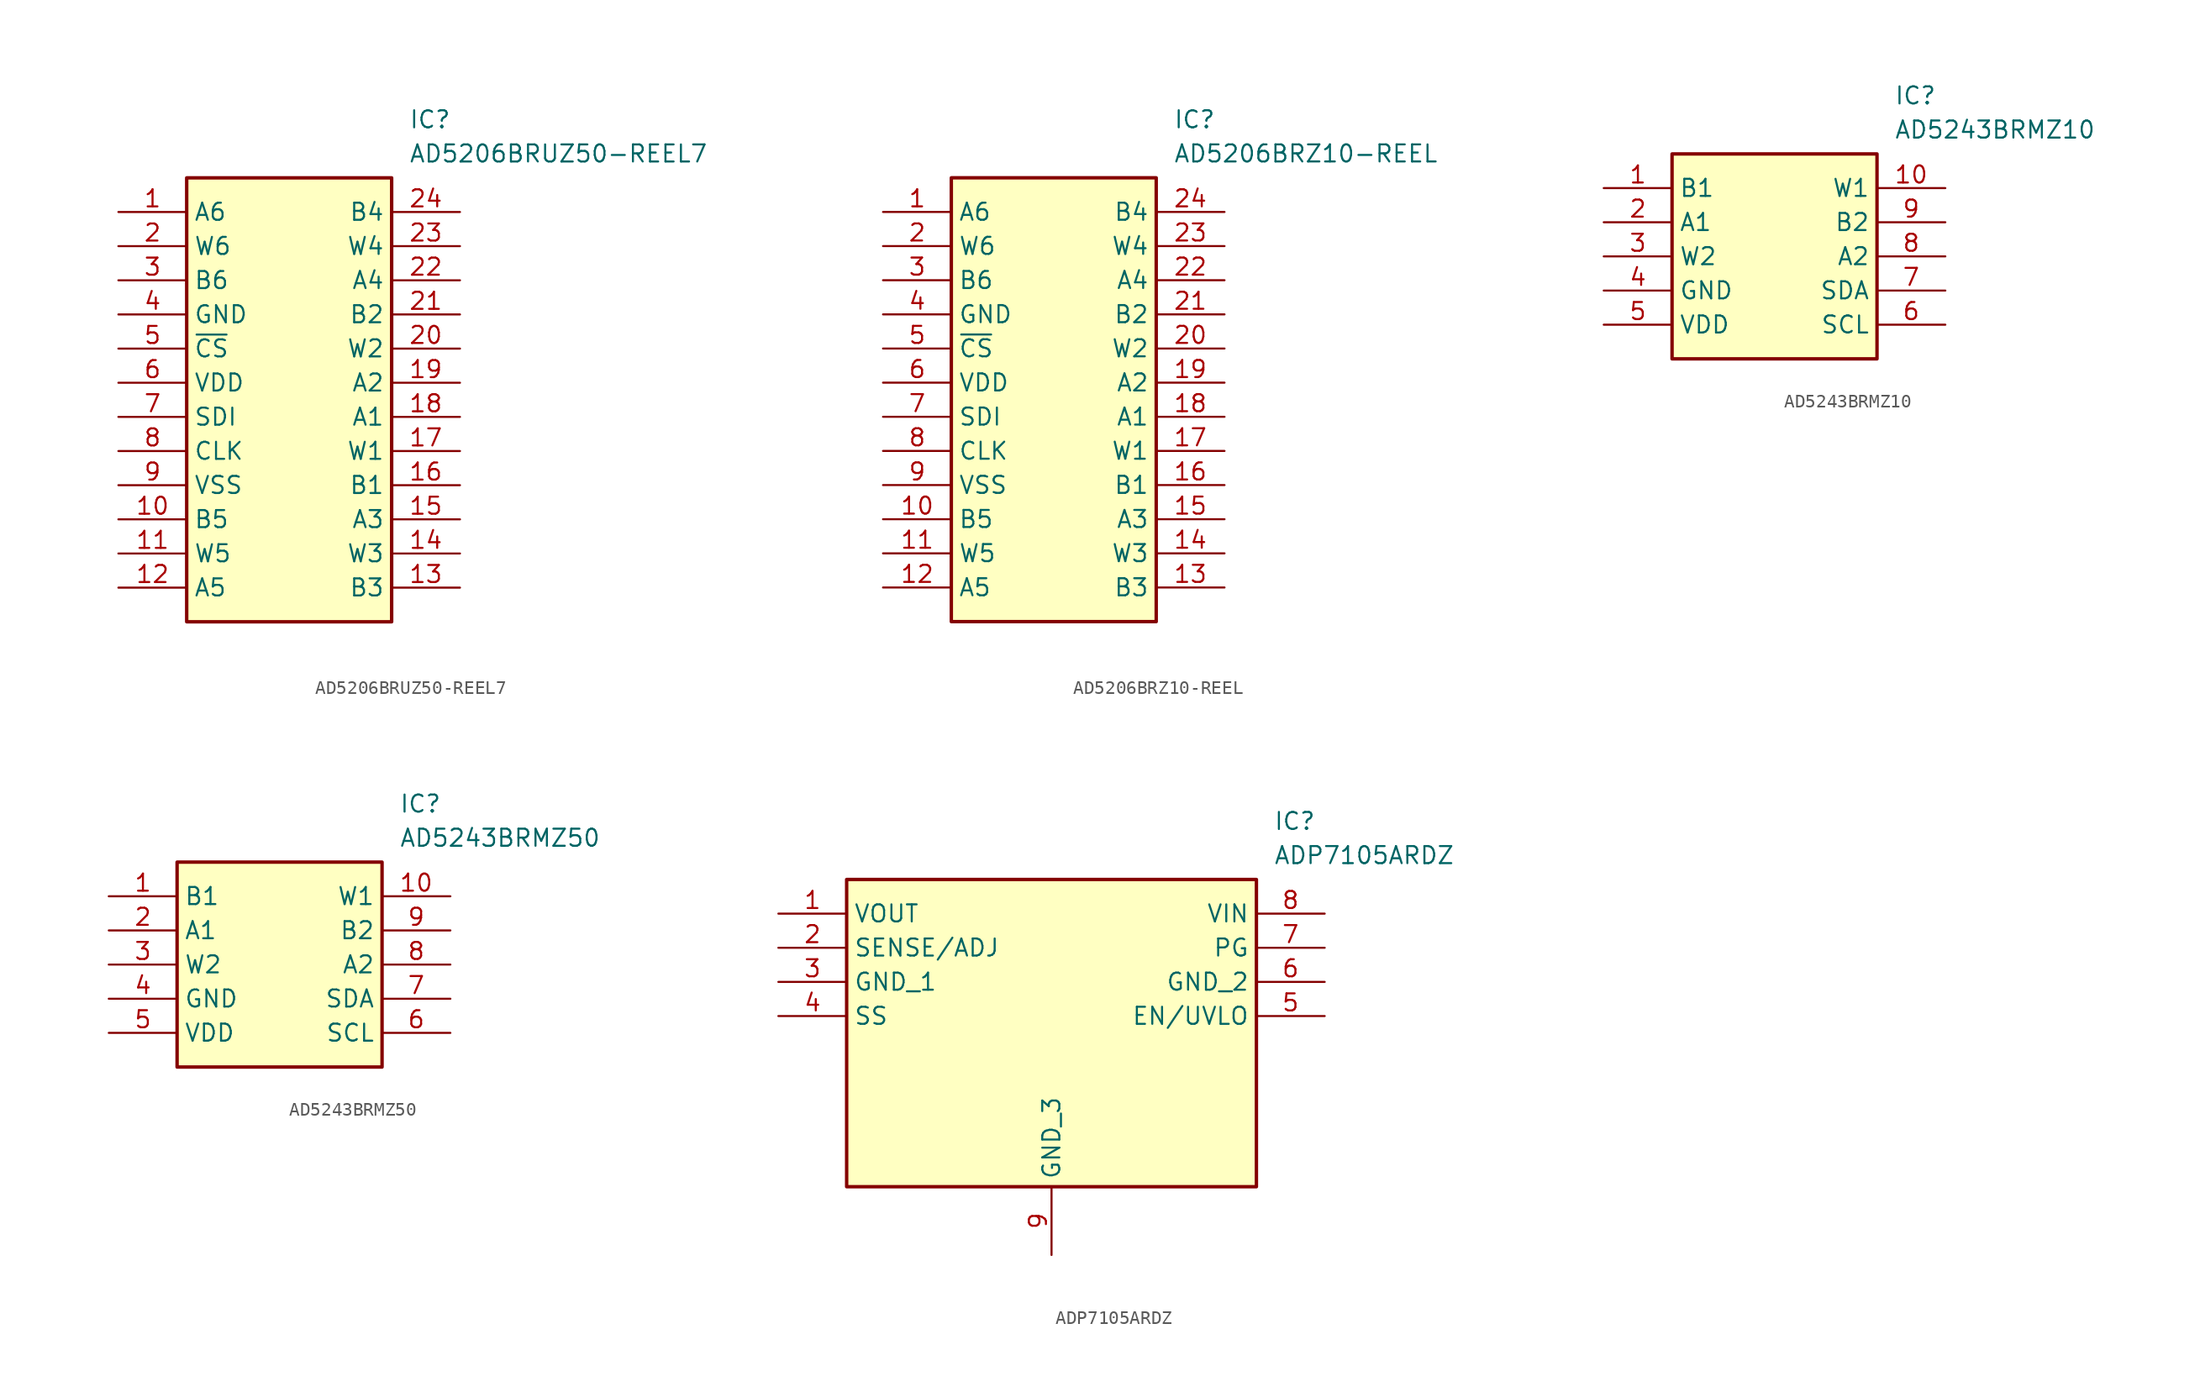
<source format=kicad_sym>
(kicad_symbol_lib
  (version 20231120)
  (generator "kicad_symbol_editor")
  (generator_version "8.0")
  (symbol "AD5206BRUZ50-REEL7"
    (property "Reference" "IC"
      (at 21.59 7.62 0)
      (effects (font (size 1.27 1.27)) (justify left top)))
    (property "Value" "AD5206BRUZ50-REEL7"
      (at 21.59 5.08 0)
      (effects (font (size 1.27 1.27)) (justify left top)))
    (symbol "AD5206BRUZ50-REEL7_1_1"
      (rectangle (start 5.08 2.54) (end 20.32 -30.48) (stroke (width 0.254) (type default)) (fill (type background)))
      (pin passive line (at 0 0 0) (length 5.08) (name "A6" (effects (font (size 1.27 1.27)))) (number "1" (effects (font (size 1.27 1.27)))))
      (pin passive line (at 0 -22.86 0) (length 5.08) (name "B5" (effects (font (size 1.27 1.27)))) (number "10" (effects (font (size 1.27 1.27)))))
      (pin passive line (at 0 -25.4 0) (length 5.08) (name "W5" (effects (font (size 1.27 1.27)))) (number "11" (effects (font (size 1.27 1.27)))))
      (pin passive line (at 0 -27.94 0) (length 5.08) (name "A5" (effects (font (size 1.27 1.27)))) (number "12" (effects (font (size 1.27 1.27)))))
      (pin passive line (at 25.4 -27.94 180) (length 5.08) (name "B3" (effects (font (size 1.27 1.27)))) (number "13" (effects (font (size 1.27 1.27)))))
      (pin passive line (at 25.4 -25.4 180) (length 5.08) (name "W3" (effects (font (size 1.27 1.27)))) (number "14" (effects (font (size 1.27 1.27)))))
      (pin passive line (at 25.4 -22.86 180) (length 5.08) (name "A3" (effects (font (size 1.27 1.27)))) (number "15" (effects (font (size 1.27 1.27)))))
      (pin passive line (at 25.4 -20.32 180) (length 5.08) (name "B1" (effects (font (size 1.27 1.27)))) (number "16" (effects (font (size 1.27 1.27)))))
      (pin passive line (at 25.4 -17.78 180) (length 5.08) (name "W1" (effects (font (size 1.27 1.27)))) (number "17" (effects (font (size 1.27 1.27)))))
      (pin passive line (at 25.4 -15.24 180) (length 5.08) (name "A1" (effects (font (size 1.27 1.27)))) (number "18" (effects (font (size 1.27 1.27)))))
      (pin passive line (at 25.4 -12.7 180) (length 5.08) (name "A2" (effects (font (size 1.27 1.27)))) (number "19" (effects (font (size 1.27 1.27)))))
      (pin passive line (at 0 -2.54 0) (length 5.08) (name "W6" (effects (font (size 1.27 1.27)))) (number "2" (effects (font (size 1.27 1.27)))))
      (pin passive line (at 25.4 -10.16 180) (length 5.08) (name "W2" (effects (font (size 1.27 1.27)))) (number "20" (effects (font (size 1.27 1.27)))))
      (pin passive line (at 25.4 -7.62 180) (length 5.08) (name "B2" (effects (font (size 1.27 1.27)))) (number "21" (effects (font (size 1.27 1.27)))))
      (pin passive line (at 25.4 -5.08 180) (length 5.08) (name "A4" (effects (font (size 1.27 1.27)))) (number "22" (effects (font (size 1.27 1.27)))))
      (pin passive line (at 25.4 -2.54 180) (length 5.08) (name "W4" (effects (font (size 1.27 1.27)))) (number "23" (effects (font (size 1.27 1.27)))))
      (pin passive line (at 25.4 0 180) (length 5.08) (name "B4" (effects (font (size 1.27 1.27)))) (number "24" (effects (font (size 1.27 1.27)))))
      (pin passive line (at 0 -5.08 0) (length 5.08) (name "B6" (effects (font (size 1.27 1.27)))) (number "3" (effects (font (size 1.27 1.27)))))
      (pin passive line (at 0 -7.62 0) (length 5.08) (name "GND" (effects (font (size 1.27 1.27)))) (number "4" (effects (font (size 1.27 1.27)))))
      (pin passive line (at 0 -10.16 0) (length 5.08) (name "~{CS}" (effects (font (size 1.27 1.27)))) (number "5" (effects (font (size 1.27 1.27)))))
      (pin passive line (at 0 -12.7 0) (length 5.08) (name "VDD" (effects (font (size 1.27 1.27)))) (number "6" (effects (font (size 1.27 1.27)))))
      (pin passive line (at 0 -15.24 0) (length 5.08) (name "SDI" (effects (font (size 1.27 1.27)))) (number "7" (effects (font (size 1.27 1.27)))))
      (pin passive line (at 0 -17.78 0) (length 5.08) (name "CLK" (effects (font (size 1.27 1.27)))) (number "8" (effects (font (size 1.27 1.27)))))
      (pin passive line (at 0 -20.32 0) (length 5.08) (name "VSS" (effects (font (size 1.27 1.27)))) (number "9" (effects (font (size 1.27 1.27)))))))
  (symbol "AD5206BRZ10-REEL"
    (property "Reference" "IC"
      (at 21.59 7.62 0)
      (effects (font (size 1.27 1.27)) (justify left top)))
    (property "Value" "AD5206BRZ10-REEL"
      (at 21.59 5.08 0)
      (effects (font (size 1.27 1.27)) (justify left top)))
    (symbol "AD5206BRZ10-REEL_1_1"
      (rectangle (start 5.08 2.54) (end 20.32 -30.48) (stroke (width 0.254) (type default)) (fill (type background)))
      (pin passive line (at 0 0 0) (length 5.08) (name "A6" (effects (font (size 1.27 1.27)))) (number "1" (effects (font (size 1.27 1.27)))))
      (pin passive line (at 0 -22.86 0) (length 5.08) (name "B5" (effects (font (size 1.27 1.27)))) (number "10" (effects (font (size 1.27 1.27)))))
      (pin passive line (at 0 -25.4 0) (length 5.08) (name "W5" (effects (font (size 1.27 1.27)))) (number "11" (effects (font (size 1.27 1.27)))))
      (pin passive line (at 0 -27.94 0) (length 5.08) (name "A5" (effects (font (size 1.27 1.27)))) (number "12" (effects (font (size 1.27 1.27)))))
      (pin passive line (at 25.4 -27.94 180) (length 5.08) (name "B3" (effects (font (size 1.27 1.27)))) (number "13" (effects (font (size 1.27 1.27)))))
      (pin passive line (at 25.4 -25.4 180) (length 5.08) (name "W3" (effects (font (size 1.27 1.27)))) (number "14" (effects (font (size 1.27 1.27)))))
      (pin passive line (at 25.4 -22.86 180) (length 5.08) (name "A3" (effects (font (size 1.27 1.27)))) (number "15" (effects (font (size 1.27 1.27)))))
      (pin passive line (at 25.4 -20.32 180) (length 5.08) (name "B1" (effects (font (size 1.27 1.27)))) (number "16" (effects (font (size 1.27 1.27)))))
      (pin passive line (at 25.4 -17.78 180) (length 5.08) (name "W1" (effects (font (size 1.27 1.27)))) (number "17" (effects (font (size 1.27 1.27)))))
      (pin passive line (at 25.4 -15.24 180) (length 5.08) (name "A1" (effects (font (size 1.27 1.27)))) (number "18" (effects (font (size 1.27 1.27)))))
      (pin passive line (at 25.4 -12.7 180) (length 5.08) (name "A2" (effects (font (size 1.27 1.27)))) (number "19" (effects (font (size 1.27 1.27)))))
      (pin passive line (at 0 -2.54 0) (length 5.08) (name "W6" (effects (font (size 1.27 1.27)))) (number "2" (effects (font (size 1.27 1.27)))))
      (pin passive line (at 25.4 -10.16 180) (length 5.08) (name "W2" (effects (font (size 1.27 1.27)))) (number "20" (effects (font (size 1.27 1.27)))))
      (pin passive line (at 25.4 -7.62 180) (length 5.08) (name "B2" (effects (font (size 1.27 1.27)))) (number "21" (effects (font (size 1.27 1.27)))))
      (pin passive line (at 25.4 -5.08 180) (length 5.08) (name "A4" (effects (font (size 1.27 1.27)))) (number "22" (effects (font (size 1.27 1.27)))))
      (pin passive line (at 25.4 -2.54 180) (length 5.08) (name "W4" (effects (font (size 1.27 1.27)))) (number "23" (effects (font (size 1.27 1.27)))))
      (pin passive line (at 25.4 0 180) (length 5.08) (name "B4" (effects (font (size 1.27 1.27)))) (number "24" (effects (font (size 1.27 1.27)))))
      (pin passive line (at 0 -5.08 0) (length 5.08) (name "B6" (effects (font (size 1.27 1.27)))) (number "3" (effects (font (size 1.27 1.27)))))
      (pin passive line (at 0 -7.62 0) (length 5.08) (name "GND" (effects (font (size 1.27 1.27)))) (number "4" (effects (font (size 1.27 1.27)))))
      (pin passive line (at 0 -10.16 0) (length 5.08) (name "~{CS}" (effects (font (size 1.27 1.27)))) (number "5" (effects (font (size 1.27 1.27)))))
      (pin passive line (at 0 -12.7 0) (length 5.08) (name "VDD" (effects (font (size 1.27 1.27)))) (number "6" (effects (font (size 1.27 1.27)))))
      (pin passive line (at 0 -15.24 0) (length 5.08) (name "SDI" (effects (font (size 1.27 1.27)))) (number "7" (effects (font (size 1.27 1.27)))))
      (pin passive line (at 0 -17.78 0) (length 5.08) (name "CLK" (effects (font (size 1.27 1.27)))) (number "8" (effects (font (size 1.27 1.27)))))
      (pin passive line (at 0 -20.32 0) (length 5.08) (name "VSS" (effects (font (size 1.27 1.27)))) (number "9" (effects (font (size 1.27 1.27)))))))
  (symbol "AD5243BRMZ10"
    (property "Reference" "IC"
      (at 21.59 7.62 0)
      (effects (font (size 1.27 1.27)) (justify left top)))
    (property "Value" "AD5243BRMZ10"
      (at 21.59 5.08 0)
      (effects (font (size 1.27 1.27)) (justify left top)))
    (symbol "AD5243BRMZ10_1_1"
      (rectangle (start 5.08 2.54) (end 20.32 -12.7) (stroke (width 0.254) (type default)) (fill (type background)))
      (pin passive line (at 0 0 0) (length 5.08) (name "B1" (effects (font (size 1.27 1.27)))) (number "1" (effects (font (size 1.27 1.27)))))
      (pin passive line (at 25.4 0 180) (length 5.08) (name "W1" (effects (font (size 1.27 1.27)))) (number "10" (effects (font (size 1.27 1.27)))))
      (pin passive line (at 0 -2.54 0) (length 5.08) (name "A1" (effects (font (size 1.27 1.27)))) (number "2" (effects (font (size 1.27 1.27)))))
      (pin passive line (at 0 -5.08 0) (length 5.08) (name "W2" (effects (font (size 1.27 1.27)))) (number "3" (effects (font (size 1.27 1.27)))))
      (pin passive line (at 0 -7.62 0) (length 5.08) (name "GND" (effects (font (size 1.27 1.27)))) (number "4" (effects (font (size 1.27 1.27)))))
      (pin passive line (at 0 -10.16 0) (length 5.08) (name "VDD" (effects (font (size 1.27 1.27)))) (number "5" (effects (font (size 1.27 1.27)))))
      (pin passive line (at 25.4 -10.16 180) (length 5.08) (name "SCL" (effects (font (size 1.27 1.27)))) (number "6" (effects (font (size 1.27 1.27)))))
      (pin passive line (at 25.4 -7.62 180) (length 5.08) (name "SDA" (effects (font (size 1.27 1.27)))) (number "7" (effects (font (size 1.27 1.27)))))
      (pin passive line (at 25.4 -5.08 180) (length 5.08) (name "A2" (effects (font (size 1.27 1.27)))) (number "8" (effects (font (size 1.27 1.27)))))
      (pin passive line (at 25.4 -2.54 180) (length 5.08) (name "B2" (effects (font (size 1.27 1.27)))) (number "9" (effects (font (size 1.27 1.27)))))))
  (symbol "AD5243BRMZ50"
    (property "Reference" "IC"
      (at 21.59 7.62 0)
      (effects (font (size 1.27 1.27)) (justify left top)))
    (property "Value" "AD5243BRMZ50"
      (at 21.59 5.08 0)
      (effects (font (size 1.27 1.27)) (justify left top)))
    (symbol "AD5243BRMZ50_1_1"
      (rectangle (start 5.08 2.54) (end 20.32 -12.7) (stroke (width 0.254) (type default)) (fill (type background)))
      (pin passive line (at 0 0 0) (length 5.08) (name "B1" (effects (font (size 1.27 1.27)))) (number "1" (effects (font (size 1.27 1.27)))))
      (pin passive line (at 25.4 0 180) (length 5.08) (name "W1" (effects (font (size 1.27 1.27)))) (number "10" (effects (font (size 1.27 1.27)))))
      (pin passive line (at 0 -2.54 0) (length 5.08) (name "A1" (effects (font (size 1.27 1.27)))) (number "2" (effects (font (size 1.27 1.27)))))
      (pin passive line (at 0 -5.08 0) (length 5.08) (name "W2" (effects (font (size 1.27 1.27)))) (number "3" (effects (font (size 1.27 1.27)))))
      (pin passive line (at 0 -7.62 0) (length 5.08) (name "GND" (effects (font (size 1.27 1.27)))) (number "4" (effects (font (size 1.27 1.27)))))
      (pin passive line (at 0 -10.16 0) (length 5.08) (name "VDD" (effects (font (size 1.27 1.27)))) (number "5" (effects (font (size 1.27 1.27)))))
      (pin passive line (at 25.4 -10.16 180) (length 5.08) (name "SCL" (effects (font (size 1.27 1.27)))) (number "6" (effects (font (size 1.27 1.27)))))
      (pin passive line (at 25.4 -7.62 180) (length 5.08) (name "SDA" (effects (font (size 1.27 1.27)))) (number "7" (effects (font (size 1.27 1.27)))))
      (pin passive line (at 25.4 -5.08 180) (length 5.08) (name "A2" (effects (font (size 1.27 1.27)))) (number "8" (effects (font (size 1.27 1.27)))))
      (pin passive line (at 25.4 -2.54 180) (length 5.08) (name "B2" (effects (font (size 1.27 1.27)))) (number "9" (effects (font (size 1.27 1.27)))))))
  (symbol "ADP7105ARDZ"
    (property "Reference" "IC"
      (at 36.83 7.62 0)
      (effects (font (size 1.27 1.27)) (justify left top)))
    (property "Value" "ADP7105ARDZ"
      (at 36.83 5.08 0)
      (effects (font (size 1.27 1.27)) (justify left top)))
    (symbol "ADP7105ARDZ_1_1"
      (rectangle (start 5.08 2.54) (end 35.56 -20.32) (stroke (width 0.254) (type default)) (fill (type background)))
      (pin passive line (at 0 0 0) (length 5.08) (name "VOUT" (effects (font (size 1.27 1.27)))) (number "1" (effects (font (size 1.27 1.27)))))
      (pin passive line (at 0 -2.54 0) (length 5.08) (name "SENSE/ADJ" (effects (font (size 1.27 1.27)))) (number "2" (effects (font (size 1.27 1.27)))))
      (pin passive line (at 0 -5.08 0) (length 5.08) (name "GND_1" (effects (font (size 1.27 1.27)))) (number "3" (effects (font (size 1.27 1.27)))))
      (pin passive line (at 0 -7.62 0) (length 5.08) (name "SS" (effects (font (size 1.27 1.27)))) (number "4" (effects (font (size 1.27 1.27)))))
      (pin passive line (at 40.64 -7.62 180) (length 5.08) (name "EN/UVLO" (effects (font (size 1.27 1.27)))) (number "5" (effects (font (size 1.27 1.27)))))
      (pin passive line (at 40.64 -5.08 180) (length 5.08) (name "GND_2" (effects (font (size 1.27 1.27)))) (number "6" (effects (font (size 1.27 1.27)))))
      (pin passive line (at 40.64 -2.54 180) (length 5.08) (name "PG" (effects (font (size 1.27 1.27)))) (number "7" (effects (font (size 1.27 1.27)))))
      (pin passive line (at 40.64 0 180) (length 5.08) (name "VIN" (effects (font (size 1.27 1.27)))) (number "8" (effects (font (size 1.27 1.27)))))
      (pin passive line (at 20.32 -25.4 90) (length 5.08) (name "GND_3" (effects (font (size 1.27 1.27)))) (number "9" (effects (font (size 1.27 1.27))))))))
</source>
